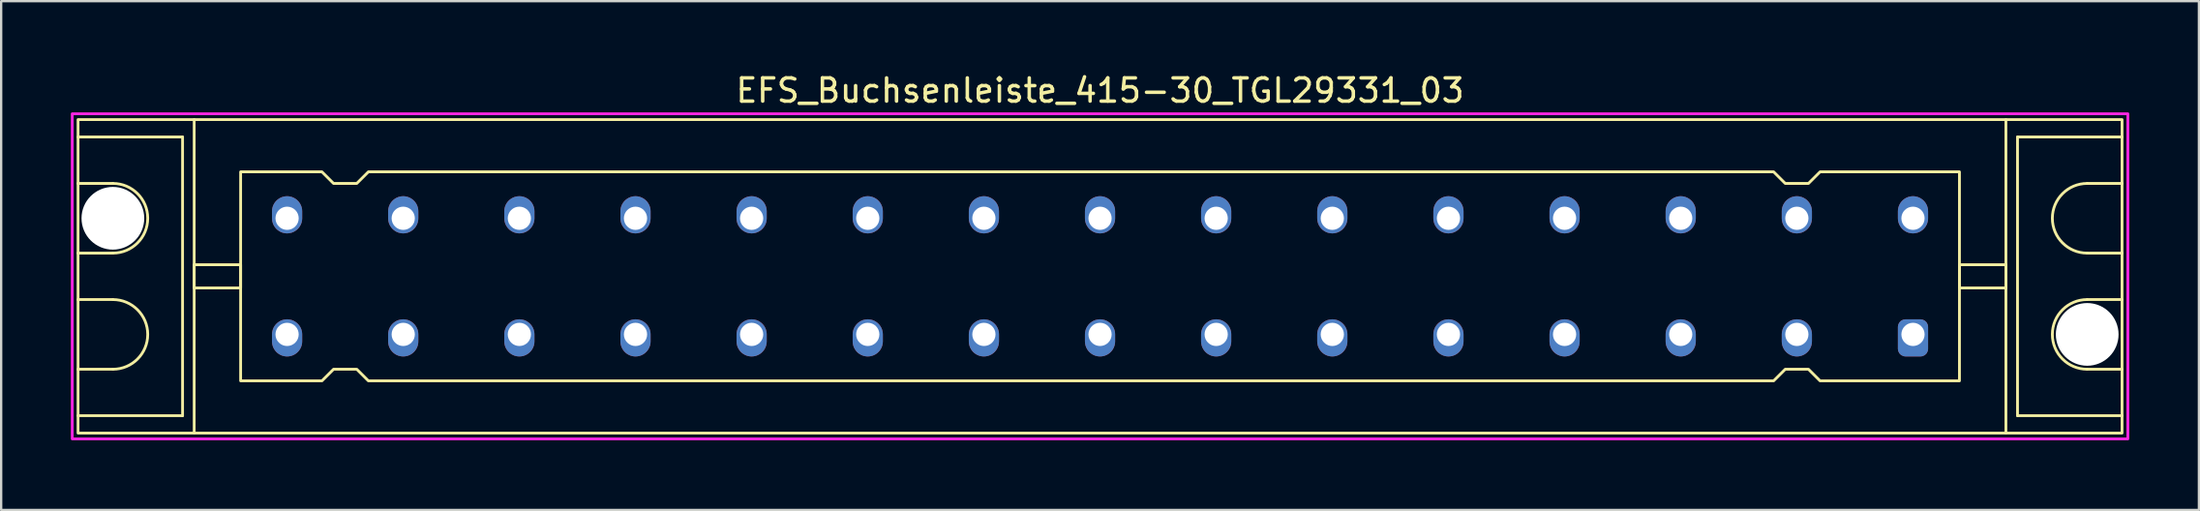
<source format=kicad_pcb>
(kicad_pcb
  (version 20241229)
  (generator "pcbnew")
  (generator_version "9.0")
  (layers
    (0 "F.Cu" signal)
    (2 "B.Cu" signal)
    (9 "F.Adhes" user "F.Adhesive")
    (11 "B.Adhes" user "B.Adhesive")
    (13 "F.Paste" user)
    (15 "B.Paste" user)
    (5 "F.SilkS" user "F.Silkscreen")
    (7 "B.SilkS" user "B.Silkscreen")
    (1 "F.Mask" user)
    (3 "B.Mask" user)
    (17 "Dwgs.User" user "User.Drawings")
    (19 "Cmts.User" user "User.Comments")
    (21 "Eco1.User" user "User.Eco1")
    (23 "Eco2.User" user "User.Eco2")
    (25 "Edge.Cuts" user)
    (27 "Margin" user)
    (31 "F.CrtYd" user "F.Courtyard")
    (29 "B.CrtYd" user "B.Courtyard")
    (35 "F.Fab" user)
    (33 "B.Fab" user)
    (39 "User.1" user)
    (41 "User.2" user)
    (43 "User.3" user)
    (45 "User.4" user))
  (footprint "EFS_Buchsenleiste_415-30_TGL29331_03"
    (layer "F.Cu")
    (at 44.31 8.848)
    (property "Reference" "EFS_Buchsenleiste_415-30_TGL29331_03" (at 0 -8 180) (layer "F.SilkS") (effects (font (size 1 1) (thickness 0.15))))
    (attr through_hole)
    (fp_line (start -44 -6) (end -39.5 -6) (stroke (width 0.12) (type solid)) (layer "F.SilkS"))
    (fp_line (start -42.5 -4) (end -44 -4) (stroke (width 0.12) (type solid)) (layer "F.SilkS"))
    (fp_line (start -42.5 -1) (end -44 -1) (stroke (width 0.12) (type solid)) (layer "F.SilkS"))
    (fp_line (start -42.5 1) (end -44 1) (stroke (width 0.12) (type solid)) (layer "F.SilkS"))
    (fp_line (start -42.5 4) (end -44 4) (stroke (width 0.12) (type solid)) (layer "F.SilkS"))
    (fp_line (start -39.5 -6) (end -39.5 6) (stroke (width 0.12) (type solid)) (layer "F.SilkS"))
    (fp_line (start -39.5 6) (end -44 6) (stroke (width 0.12) (type solid)) (layer "F.SilkS"))
    (fp_line (start -39 6.75) (end -39 -6.75) (stroke (width 0.12) (type solid)) (layer "F.SilkS"))
    (fp_line (start 39 6.75) (end 39 -6.75) (stroke (width 0.12) (type solid)) (layer "F.SilkS"))
    (fp_line (start 39.5 -6) (end 39.5 6) (stroke (width 0.12) (type solid)) (layer "F.SilkS"))
    (fp_line (start 39.5 6) (end 44 6) (stroke (width 0.12) (type solid)) (layer "F.SilkS"))
    (fp_line (start 42.5 -4) (end 44 -4) (stroke (width 0.12) (type solid)) (layer "F.SilkS"))
    (fp_line (start 42.5 -1) (end 44 -1) (stroke (width 0.12) (type solid)) (layer "F.SilkS"))
    (fp_line (start 42.5 1) (end 44 1) (stroke (width 0.12) (type solid)) (layer "F.SilkS"))
    (fp_line (start 42.5 4) (end 44 4) (stroke (width 0.12) (type solid)) (layer "F.SilkS"))
    (fp_line (start 44 -6) (end 39.5 -6) (stroke (width 0.12) (type solid)) (layer "F.SilkS"))
    (fp_rect (start -44 -6.75) (end 44 6.75) (stroke (width 0.12) (type solid)) (fill no) (layer "F.SilkS"))
    (fp_rect (start -39 -0.5) (end -37 0.5) (stroke (width 0.12) (type solid)) (fill no) (layer "F.SilkS"))
    (fp_rect (start 39 -0.5) (end 37 0.5) (stroke (width 0.12) (type solid)) (fill no) (layer "F.SilkS"))
    (fp_arc (start -42.5 -4) (mid -41 -2.5) (end -42.5 -1) (stroke (width 0.12) (type solid)) (layer "F.SilkS"))
    (fp_arc (start -42.5 1) (mid -41 2.5) (end -42.5 4) (stroke (width 0.12) (type solid)) (layer "F.SilkS"))
    (fp_arc (start 42.5 -1) (mid 41 -2.5) (end 42.5 -4) (stroke (width 0.12) (type solid)) (layer "F.SilkS"))
    (fp_arc (start 42.5 4) (mid 41 2.5) (end 42.5 1) (stroke (width 0.12) (type solid)) (layer "F.SilkS"))
    (fp_poly (pts (xy -33 -4) (xy -32 -4) (xy -31.5 -4.5) (xy 29 -4.5) (xy 29.5 -4) (xy 30.5 -4) (xy 31 -4.5) (xy 37 -4.5) (xy 37 4.5) (xy 31 4.5) (xy 30.5 4) (xy 29.5 4) (xy 29 4.5) (xy -31.5 4.5) (xy -32 4) (xy -33 4) (xy -33.5 4.5) (xy -37 4.5) (xy -37 -4.5) (xy -33.5 -4.5)) (stroke (width 0.12) (type solid)) (fill no) (layer "F.SilkS"))
    (fp_rect (start -44.25 -7) (end 44.25 7) (stroke (width 0.12) (type solid)) (fill no) (layer "F.CrtYd"))
    (pad "" np_thru_hole circle (at -42.5 -2.5) (size 2.7 2.7) (drill 2.7) (layers "*.Cu" "*.Mask"))
    (pad "" np_thru_hole circle (at 42.5 2.5) (size 2.7 2.7) (drill 2.7) (layers "*.Cu" "*.Mask"))
    (pad "1a" thru_hole roundrect (at 35 2.5 180) (size 1.3 1.6) (drill 1 (offset 0 -0.15)) (layers "*.Cu" "*.Mask") (roundrect_rratio 0.25))
    (pad "1c" thru_hole oval (at 35 -2.5 180) (size 1.3 1.6) (drill 1 (offset 0 0.15)) (layers "*.Cu" "*.Mask"))
    (pad "2a" thru_hole oval (at 30 2.5 180) (size 1.3 1.6) (drill 1 (offset 0 -0.15)) (layers "*.Cu" "*.Mask"))
    (pad "2c" thru_hole oval (at 30 -2.5 180) (size 1.3 1.6) (drill 1 (offset 0 0.15)) (layers "*.Cu" "*.Mask"))
    (pad "3a" thru_hole oval (at 25 2.5 180) (size 1.3 1.6) (drill 1 (offset 0 -0.15)) (layers "*.Cu" "*.Mask"))
    (pad "3c" thru_hole oval (at 25 -2.5 180) (size 1.3 1.6) (drill 1 (offset 0 0.15)) (layers "*.Cu" "*.Mask"))
    (pad "4a" thru_hole oval (at 20 2.5 180) (size 1.3 1.6) (drill 1 (offset 0 -0.15)) (layers "*.Cu" "*.Mask"))
    (pad "4c" thru_hole oval (at 20 -2.5 180) (size 1.3 1.6) (drill 1 (offset 0 0.15)) (layers "*.Cu" "*.Mask"))
    (pad "5a" thru_hole oval (at 15 2.5 180) (size 1.3 1.6) (drill 1 (offset 0 -0.15)) (layers "*.Cu" "*.Mask"))
    (pad "5c" thru_hole oval (at 15 -2.5 180) (size 1.3 1.6) (drill 1 (offset 0 0.15)) (layers "*.Cu" "*.Mask"))
    (pad "6a" thru_hole oval (at 10 2.5 180) (size 1.3 1.6) (drill 1 (offset 0 -0.15)) (layers "*.Cu" "*.Mask"))
    (pad "6c" thru_hole oval (at 10 -2.5 180) (size 1.3 1.6) (drill 1 (offset 0 0.15)) (layers "*.Cu" "*.Mask"))
    (pad "7a" thru_hole oval (at 5 2.5 180) (size 1.3 1.6) (drill 1 (offset 0 -0.15)) (layers "*.Cu" "*.Mask"))
    (pad "7c" thru_hole oval (at 5 -2.5 180) (size 1.3 1.6) (drill 1 (offset 0 0.15)) (layers "*.Cu" "*.Mask"))
    (pad "8a" thru_hole oval (at 0 2.5 180) (size 1.3 1.6) (drill 1 (offset 0 -0.15)) (layers "*.Cu" "*.Mask"))
    (pad "8c" thru_hole oval (at 0 -2.5 180) (size 1.3 1.6) (drill 1 (offset 0 0.15)) (layers "*.Cu" "*.Mask"))
    (pad "9a" thru_hole oval (at -5 2.5 180) (size 1.3 1.6) (drill 1 (offset 0 -0.15)) (layers "*.Cu" "*.Mask"))
    (pad "9c" thru_hole oval (at -5 -2.5 180) (size 1.3 1.6) (drill 1 (offset 0 0.15)) (layers "*.Cu" "*.Mask"))
    (pad "10a" thru_hole oval (at -10 2.5 180) (size 1.3 1.6) (drill 1 (offset 0 -0.15)) (layers "*.Cu" "*.Mask"))
    (pad "10c" thru_hole oval (at -10 -2.5 180) (size 1.3 1.6) (drill 1 (offset 0 0.15)) (layers "*.Cu" "*.Mask"))
    (pad "11a" thru_hole oval (at -15 2.5 180) (size 1.3 1.6) (drill 1 (offset 0 -0.15)) (layers "*.Cu" "*.Mask"))
    (pad "11c" thru_hole oval (at -15 -2.5 180) (size 1.3 1.6) (drill 1 (offset 0 0.15)) (layers "*.Cu" "*.Mask"))
    (pad "12a" thru_hole oval (at -20 2.5 180) (size 1.3 1.6) (drill 1 (offset 0 -0.15)) (layers "*.Cu" "*.Mask"))
    (pad "12c" thru_hole oval (at -20 -2.5 180) (size 1.3 1.6) (drill 1 (offset 0 0.15)) (layers "*.Cu" "*.Mask"))
    (pad "13a" thru_hole oval (at -25 2.5 180) (size 1.3 1.6) (drill 1 (offset 0 -0.15)) (layers "*.Cu" "*.Mask"))
    (pad "13c" thru_hole oval (at -25 -2.5 180) (size 1.3 1.6) (drill 1 (offset 0 0.15)) (layers "*.Cu" "*.Mask"))
    (pad "14a" thru_hole oval (at -30 2.5 180) (size 1.3 1.6) (drill 1 (offset 0 -0.15)) (layers "*.Cu" "*.Mask"))
    (pad "14c" thru_hole oval (at -30 -2.5 180) (size 1.3 1.6) (drill 1 (offset 0 0.15)) (layers "*.Cu" "*.Mask"))
    (pad "15a" thru_hole oval (at -35 2.5 180) (size 1.3 1.6) (drill 1 (offset 0 -0.15)) (layers "*.Cu" "*.Mask"))
    (pad "15c" thru_hole oval (at -35 -2.5 180) (size 1.3 1.6) (drill 1 (offset 0 0.15)) (layers "*.Cu" "*.Mask")))
  (gr_rect
    (start -3 -3)
    (end 91.62 18.908)
    (stroke (width 0.1) (type default))
    (fill no)
    (layer "Edge.Cuts")))
</source>
